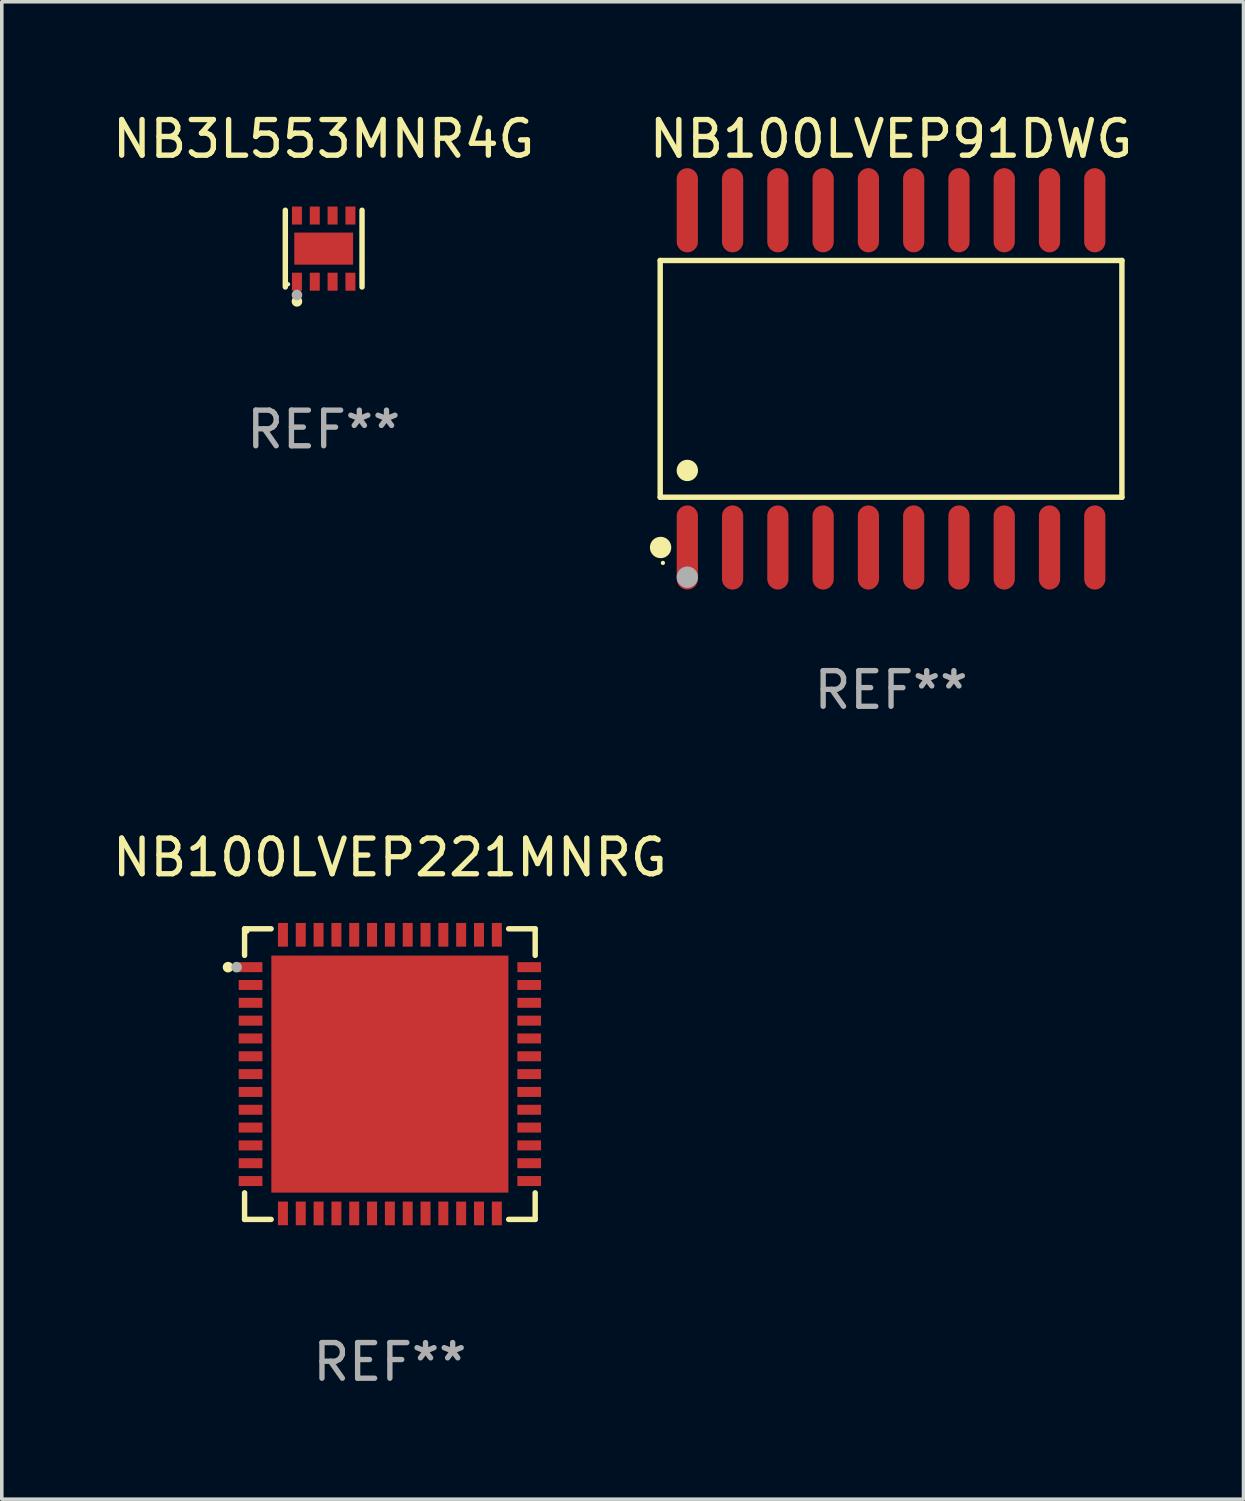
<source format=kicad_pcb>
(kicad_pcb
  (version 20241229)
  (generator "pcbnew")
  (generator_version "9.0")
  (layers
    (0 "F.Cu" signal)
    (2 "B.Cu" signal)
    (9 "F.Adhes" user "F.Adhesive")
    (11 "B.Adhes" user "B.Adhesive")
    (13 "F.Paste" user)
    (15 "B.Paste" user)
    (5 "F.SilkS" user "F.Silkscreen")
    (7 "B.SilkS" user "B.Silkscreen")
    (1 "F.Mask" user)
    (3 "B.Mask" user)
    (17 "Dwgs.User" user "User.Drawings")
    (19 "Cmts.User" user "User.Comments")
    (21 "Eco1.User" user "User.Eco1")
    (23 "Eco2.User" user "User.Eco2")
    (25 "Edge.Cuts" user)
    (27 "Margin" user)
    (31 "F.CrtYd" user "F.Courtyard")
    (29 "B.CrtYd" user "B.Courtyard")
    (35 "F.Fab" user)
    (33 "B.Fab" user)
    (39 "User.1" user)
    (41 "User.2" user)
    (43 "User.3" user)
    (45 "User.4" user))
  (footprint "NB100LVEP91DWG"
    (layer "F.Cu")
    (at 21.946 7.578)
    (property "Reference" "NB100LVEP91DWG" (at 0 -6.73 0) (layer "F.SilkS") (effects (font (size 1 1) (thickness 0.15))))
    (attr through_hole)
    (fp_line (start -6.476 -3.321) (end 6.476 -3.321) (stroke (width 0.152) (type solid)) (layer "F.SilkS"))
    (fp_line (start -6.476 3.321) (end -6.476 -3.321) (stroke (width 0.152) (type solid)) (layer "F.SilkS"))
    (fp_line (start 6.476 -3.321) (end 6.476 3.321) (stroke (width 0.152) (type solid)) (layer "F.SilkS"))
    (fp_line (start 6.476 3.321) (end -6.476 3.321) (stroke (width 0.152) (type solid)) (layer "F.SilkS"))
    (fp_circle (center -6.465 4.73) (end -6.315 4.73) (stroke (width 0.3) (type solid)) (fill no) (layer "F.SilkS"))
    (fp_circle (center -6.4 5.163) (end -6.37 5.163) (stroke (width 0.06) (type solid)) (fill no) (layer "F.SilkS"))
    (fp_circle (center -5.715 2.569) (end -5.565 2.569) (stroke (width 0.3) (type solid)) (fill no) (layer "F.SilkS"))
    (fp_circle (center -5.715 5.563) (end -5.565 5.563) (stroke (width 0.3) (type solid)) (fill no) (layer "F.Fab"))
    (fp_text user "REF**" (at 0 8.73 0) (layer "F.Fab") (effects (font (size 1 1) (thickness 0.15))))
    (pad "1" smd oval (at -5.715 4.73) (size 0.595 2.36) (layers "F.Cu" "F.Mask" "F.Paste"))
    (pad "2" smd oval (at -4.445 4.73) (size 0.595 2.36) (layers "F.Cu" "F.Mask" "F.Paste"))
    (pad "3" smd oval (at -3.175 4.73) (size 0.595 2.36) (layers "F.Cu" "F.Mask" "F.Paste"))
    (pad "4" smd oval (at -1.905 4.73) (size 0.595 2.36) (layers "F.Cu" "F.Mask" "F.Paste"))
    (pad "5" smd oval (at -0.635 4.73) (size 0.595 2.36) (layers "F.Cu" "F.Mask" "F.Paste"))
    (pad "6" smd oval (at 0.635 4.73) (size 0.595 2.36) (layers "F.Cu" "F.Mask" "F.Paste"))
    (pad "7" smd oval (at 1.905 4.73) (size 0.595 2.36) (layers "F.Cu" "F.Mask" "F.Paste"))
    (pad "8" smd oval (at 3.175 4.73) (size 0.595 2.36) (layers "F.Cu" "F.Mask" "F.Paste"))
    (pad "9" smd oval (at 4.445 4.73) (size 0.595 2.36) (layers "F.Cu" "F.Mask" "F.Paste"))
    (pad "10" smd oval (at 5.715 4.73) (size 0.595 2.36) (layers "F.Cu" "F.Mask" "F.Paste"))
    (pad "11" smd oval (at 5.715 -4.73) (size 0.595 2.36) (layers "F.Cu" "F.Mask" "F.Paste"))
    (pad "12" smd oval (at 4.445 -4.73) (size 0.595 2.36) (layers "F.Cu" "F.Mask" "F.Paste"))
    (pad "13" smd oval (at 3.175 -4.73) (size 0.595 2.36) (layers "F.Cu" "F.Mask" "F.Paste"))
    (pad "14" smd oval (at 1.905 -4.73) (size 0.595 2.36) (layers "F.Cu" "F.Mask" "F.Paste"))
    (pad "15" smd oval (at 0.635 -4.73) (size 0.595 2.36) (layers "F.Cu" "F.Mask" "F.Paste"))
    (pad "16" smd oval (at -0.635 -4.73) (size 0.595 2.36) (layers "F.Cu" "F.Mask" "F.Paste"))
    (pad "17" smd oval (at -1.905 -4.73) (size 0.595 2.36) (layers "F.Cu" "F.Mask" "F.Paste"))
    (pad "18" smd oval (at -3.175 -4.73) (size 0.595 2.36) (layers "F.Cu" "F.Mask" "F.Paste"))
    (pad "19" smd oval (at -4.445 -4.73) (size 0.595 2.36) (layers "F.Cu" "F.Mask" "F.Paste"))
    (pad "20" smd oval (at -5.715 -4.73) (size 0.595 2.36) (layers "F.Cu" "F.Mask" "F.Paste")))
  (footprint "NB100LVEP221MNRG"
    (layer "F.Cu")
    (at 7.887 27.081)
    (property "Reference" "NB100LVEP221MNRG" (at 0 -6.076 0) (layer "F.SilkS") (effects (font (size 1 1) (thickness 0.15))))
    (attr through_hole)
    (fp_circle (center 1.397 -0.889) (end 2.883 -0.889) (stroke (width 0.254) (type solid)) (fill no) (layer "F.Cu"))
    (fp_line (start -4.076 -4.076) (end -4.076 -3.331) (stroke (width 0.152) (type solid)) (layer "F.SilkS"))
    (fp_line (start -4.076 4.076) (end -4.076 3.331) (stroke (width 0.152) (type solid)) (layer "F.SilkS"))
    (fp_line (start -3.331 -4.076) (end -4.076 -4.076) (stroke (width 0.152) (type solid)) (layer "F.SilkS"))
    (fp_line (start -3.331 4.076) (end -4.076 4.076) (stroke (width 0.152) (type solid)) (layer "F.SilkS"))
    (fp_line (start 3.331 -4.076) (end 4.076 -4.076) (stroke (width 0.152) (type solid)) (layer "F.SilkS"))
    (fp_line (start 3.331 4.076) (end 4.076 4.076) (stroke (width 0.152) (type solid)) (layer "F.SilkS"))
    (fp_line (start 4.076 -4.076) (end 4.076 -3.331) (stroke (width 0.152) (type solid)) (layer "F.SilkS"))
    (fp_line (start 4.076 4.076) (end 4.076 3.331) (stroke (width 0.152) (type solid)) (layer "F.SilkS"))
    (fp_circle (center -4.54 -3) (end -4.465 -3) (stroke (width 0.15) (type solid)) (fill no) (layer "F.SilkS"))
    (fp_circle (center -4 -4) (end -3.97 -4) (stroke (width 0.06) (type solid)) (fill no) (layer "F.SilkS"))
    (fp_circle (center -4.3 -3) (end -4.225 -3) (stroke (width 0.15) (type solid)) (fill no) (layer "F.Fab"))
    (fp_text user "REF**" (at 0 8.076 0) (layer "F.Fab") (effects (font (size 1 1) (thickness 0.15))))
    (pad "1" smd rect (at -3.908 -3) (size 0.665 0.28) (layers "F.Cu" "F.Mask" "F.Paste"))
    (pad "2" smd rect (at -3.908 -2.5) (size 0.665 0.28) (layers "F.Cu" "F.Mask" "F.Paste"))
    (pad "3" smd rect (at -3.908 -2) (size 0.665 0.28) (layers "F.Cu" "F.Mask" "F.Paste"))
    (pad "4" smd rect (at -3.908 -1.5) (size 0.665 0.28) (layers "F.Cu" "F.Mask" "F.Paste"))
    (pad "5" smd rect (at -3.908 -1) (size 0.665 0.28) (layers "F.Cu" "F.Mask" "F.Paste"))
    (pad "6" smd rect (at -3.908 -0.5) (size 0.665 0.28) (layers "F.Cu" "F.Mask" "F.Paste"))
    (pad "7" smd rect (at -3.908 0) (size 0.665 0.28) (layers "F.Cu" "F.Mask" "F.Paste"))
    (pad "8" smd rect (at -3.908 0.5) (size 0.665 0.28) (layers "F.Cu" "F.Mask" "F.Paste"))
    (pad "9" smd rect (at -3.908 1) (size 0.665 0.28) (layers "F.Cu" "F.Mask" "F.Paste"))
    (pad "10" smd rect (at -3.908 1.5) (size 0.665 0.28) (layers "F.Cu" "F.Mask" "F.Paste"))
    (pad "11" smd rect (at -3.908 2) (size 0.665 0.28) (layers "F.Cu" "F.Mask" "F.Paste"))
    (pad "12" smd rect (at -3.908 2.5) (size 0.665 0.28) (layers "F.Cu" "F.Mask" "F.Paste"))
    (pad "13" smd rect (at -3.908 3) (size 0.665 0.28) (layers "F.Cu" "F.Mask" "F.Paste"))
    (pad "14" smd rect (at -3 3.908) (size 0.28 0.665) (layers "F.Cu" "F.Mask" "F.Paste"))
    (pad "15" smd rect (at -2.5 3.908) (size 0.28 0.665) (layers "F.Cu" "F.Mask" "F.Paste"))
    (pad "16" smd rect (at -2 3.908) (size 0.28 0.665) (layers "F.Cu" "F.Mask" "F.Paste"))
    (pad "17" smd rect (at -1.5 3.908) (size 0.28 0.665) (layers "F.Cu" "F.Mask" "F.Paste"))
    (pad "18" smd rect (at -1 3.908) (size 0.28 0.665) (layers "F.Cu" "F.Mask" "F.Paste"))
    (pad "19" smd rect (at -0.5 3.908) (size 0.28 0.665) (layers "F.Cu" "F.Mask" "F.Paste"))
    (pad "20" smd rect (at 0 3.908) (size 0.28 0.665) (layers "F.Cu" "F.Mask" "F.Paste"))
    (pad "21" smd rect (at 0.5 3.908) (size 0.28 0.665) (layers "F.Cu" "F.Mask" "F.Paste"))
    (pad "22" smd rect (at 1 3.908) (size 0.28 0.665) (layers "F.Cu" "F.Mask" "F.Paste"))
    (pad "23" smd rect (at 1.5 3.908) (size 0.28 0.665) (layers "F.Cu" "F.Mask" "F.Paste"))
    (pad "24" smd rect (at 2 3.908) (size 0.28 0.665) (layers "F.Cu" "F.Mask" "F.Paste"))
    (pad "25" smd rect (at 2.5 3.908) (size 0.28 0.665) (layers "F.Cu" "F.Mask" "F.Paste"))
    (pad "26" smd rect (at 3 3.908) (size 0.28 0.665) (layers "F.Cu" "F.Mask" "F.Paste"))
    (pad "27" smd rect (at 3.908 3) (size 0.665 0.28) (layers "F.Cu" "F.Mask" "F.Paste"))
    (pad "28" smd rect (at 3.908 2.5) (size 0.665 0.28) (layers "F.Cu" "F.Mask" "F.Paste"))
    (pad "29" smd rect (at 3.908 2) (size 0.665 0.28) (layers "F.Cu" "F.Mask" "F.Paste"))
    (pad "30" smd rect (at 3.908 1.5) (size 0.665 0.28) (layers "F.Cu" "F.Mask" "F.Paste"))
    (pad "31" smd rect (at 3.908 1) (size 0.665 0.28) (layers "F.Cu" "F.Mask" "F.Paste"))
    (pad "32" smd rect (at 3.908 0.5) (size 0.665 0.28) (layers "F.Cu" "F.Mask" "F.Paste"))
    (pad "33" smd rect (at 3.908 0) (size 0.665 0.28) (layers "F.Cu" "F.Mask" "F.Paste"))
    (pad "34" smd rect (at 3.908 -0.5) (size 0.665 0.28) (layers "F.Cu" "F.Mask" "F.Paste"))
    (pad "35" smd rect (at 3.908 -1) (size 0.665 0.28) (layers "F.Cu" "F.Mask" "F.Paste"))
    (pad "36" smd rect (at 3.908 -1.5) (size 0.665 0.28) (layers "F.Cu" "F.Mask" "F.Paste"))
    (pad "37" smd rect (at 3.908 -2) (size 0.665 0.28) (layers "F.Cu" "F.Mask" "F.Paste"))
    (pad "38" smd rect (at 3.908 -2.5) (size 0.665 0.28) (layers "F.Cu" "F.Mask" "F.Paste"))
    (pad "39" smd rect (at 3.908 -3) (size 0.665 0.28) (layers "F.Cu" "F.Mask" "F.Paste"))
    (pad "40" smd rect (at 3 -3.908) (size 0.28 0.665) (layers "F.Cu" "F.Mask" "F.Paste"))
    (pad "41" smd rect (at 2.5 -3.908) (size 0.28 0.665) (layers "F.Cu" "F.Mask" "F.Paste"))
    (pad "42" smd rect (at 2 -3.908) (size 0.28 0.665) (layers "F.Cu" "F.Mask" "F.Paste"))
    (pad "43" smd rect (at 1.5 -3.908) (size 0.28 0.665) (layers "F.Cu" "F.Mask" "F.Paste"))
    (pad "44" smd rect (at 1 -3.908) (size 0.28 0.665) (layers "F.Cu" "F.Mask" "F.Paste"))
    (pad "45" smd rect (at 0.5 -3.908) (size 0.28 0.665) (layers "F.Cu" "F.Mask" "F.Paste"))
    (pad "46" smd rect (at 0 -3.908) (size 0.28 0.665) (layers "F.Cu" "F.Mask" "F.Paste"))
    (pad "47" smd rect (at -0.5 -3.908) (size 0.28 0.665) (layers "F.Cu" "F.Mask" "F.Paste"))
    (pad "48" smd rect (at -1 -3.908) (size 0.28 0.665) (layers "F.Cu" "F.Mask" "F.Paste"))
    (pad "49" smd rect (at -1.5 -3.908) (size 0.28 0.665) (layers "F.Cu" "F.Mask" "F.Paste"))
    (pad "50" smd rect (at -2 -3.908) (size 0.28 0.665) (layers "F.Cu" "F.Mask" "F.Paste"))
    (pad "51" smd rect (at -2.5 -3.908) (size 0.28 0.665) (layers "F.Cu" "F.Mask" "F.Paste"))
    (pad "52" smd rect (at -3 -3.908) (size 0.28 0.665) (layers "F.Cu" "F.Mask" "F.Paste"))
    (pad "53" smd rect (at 0 0) (size 6.65 6.65) (layers "F.Cu" "F.Mask" "F.Paste")))
  (footprint "NB3L553MNR4G"
    (layer "F.Cu")
    (at 6.03 3.924)
    (property "Reference" "NB3L553MNR4G" (at 0 -3.076 0) (layer "F.SilkS") (effects (font (size 1 1) (thickness 0.15))))
    (attr through_hole)
    (fp_line (start -1.076 1.076) (end -1.076 -1.076) (stroke (width 0.152) (type solid)) (layer "F.SilkS"))
    (fp_line (start 1.076 1.076) (end 1.076 -1.076) (stroke (width 0.152) (type solid)) (layer "F.SilkS"))
    (fp_circle (center -1 1) (end -0.97 1) (stroke (width 0.06) (type solid)) (fill no) (layer "F.SilkS"))
    (fp_circle (center -0.75 1.48) (end -0.675 1.48) (stroke (width 0.15) (type solid)) (fill no) (layer "F.SilkS"))
    (fp_circle (center -0.75 1.3) (end -0.675 1.3) (stroke (width 0.15) (type solid)) (fill no) (layer "F.Fab"))
    (fp_text user "REF**" (at 0 5.076 0) (layer "F.Fab") (effects (font (size 1 1) (thickness 0.15))))
    (pad "1" smd rect (at -0.75 0.928) (size 0.28 0.505) (layers "F.Cu" "F.Mask" "F.Paste"))
    (pad "2" smd rect (at -0.25 0.928) (size 0.28 0.505) (layers "F.Cu" "F.Mask" "F.Paste"))
    (pad "3" smd rect (at 0.25 0.928) (size 0.28 0.505) (layers "F.Cu" "F.Mask" "F.Paste"))
    (pad "4" smd rect (at 0.75 0.928) (size 0.28 0.505) (layers "F.Cu" "F.Mask" "F.Paste"))
    (pad "5" smd rect (at 0.75 -0.928) (size 0.28 0.505) (layers "F.Cu" "F.Mask" "F.Paste"))
    (pad "6" smd rect (at 0.25 -0.928) (size 0.28 0.505) (layers "F.Cu" "F.Mask" "F.Paste"))
    (pad "7" smd rect (at -0.25 -0.928) (size 0.28 0.505) (layers "F.Cu" "F.Mask" "F.Paste"))
    (pad "8" smd rect (at -0.75 -0.928) (size 0.28 0.505) (layers "F.Cu" "F.Mask" "F.Paste"))
    (pad "9" smd rect (at 0 0) (size 1.65 0.9) (layers "F.Cu" "F.Mask" "F.Paste")))
  (gr_rect
    (start -3 -3)
    (end 31.833 39.005)
    (stroke (width 0.1) (type default))
    (fill no)
    (layer "Edge.Cuts")))
</source>
